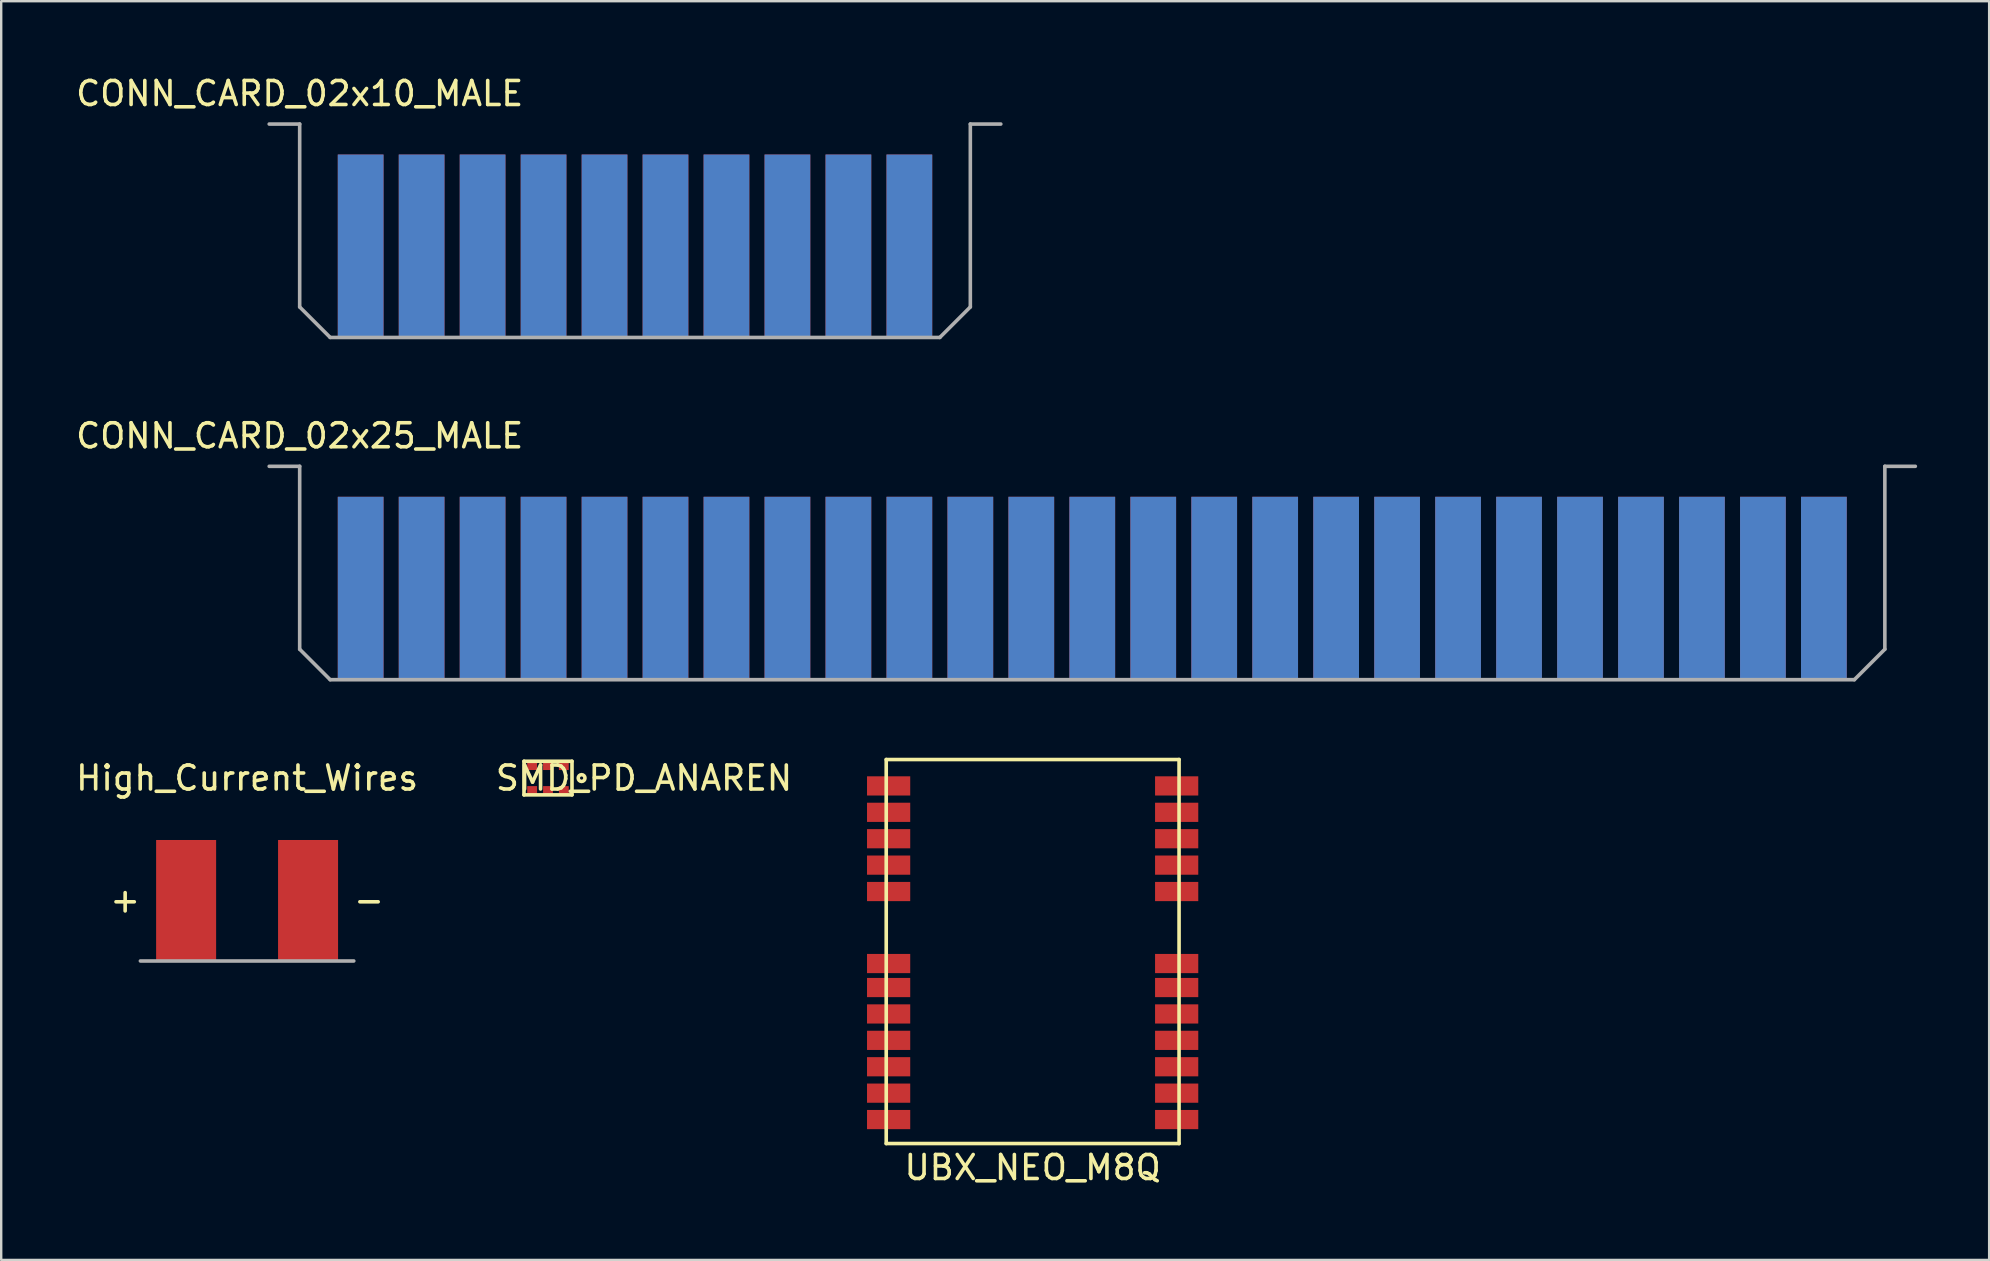
<source format=kicad_pcb>
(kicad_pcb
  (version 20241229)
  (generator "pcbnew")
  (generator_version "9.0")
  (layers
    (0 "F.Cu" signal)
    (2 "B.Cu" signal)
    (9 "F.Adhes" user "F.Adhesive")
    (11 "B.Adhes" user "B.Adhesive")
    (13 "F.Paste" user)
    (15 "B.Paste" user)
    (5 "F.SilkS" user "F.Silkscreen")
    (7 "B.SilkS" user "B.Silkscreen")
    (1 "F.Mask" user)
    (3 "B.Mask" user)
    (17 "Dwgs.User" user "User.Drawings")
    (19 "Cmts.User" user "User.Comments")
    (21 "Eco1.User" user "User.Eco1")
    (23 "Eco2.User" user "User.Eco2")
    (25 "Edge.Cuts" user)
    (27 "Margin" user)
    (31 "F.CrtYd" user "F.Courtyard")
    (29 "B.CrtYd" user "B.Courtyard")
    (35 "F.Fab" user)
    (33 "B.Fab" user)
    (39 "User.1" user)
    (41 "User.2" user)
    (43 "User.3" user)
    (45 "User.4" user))
  (footprint "CONN_CARD_02x10_MALE"
    (layer "F.Cu")
    (at 23.405 11.008)
    (property "Reference" "CONN_CARD_02x10_MALE" (at -13.97 -10.16 0) (layer "F.SilkS") (effects (font (size 1 1) (thickness 0.15))))
    (attr through_hole)
    (fp_line (start -13.97 -8.89) (end -15.24 -8.89) (stroke (width 0.15) (type solid)) (layer "F.Fab"))
    (fp_line (start -13.97 -1.27) (end -13.97 -8.89) (stroke (width 0.15) (type solid)) (layer "F.Fab"))
    (fp_line (start -12.7 0) (end -13.97 -1.27) (stroke (width 0.15) (type solid)) (layer "F.Fab"))
    (fp_line (start -12.7 0) (end 12.7 0) (stroke (width 0.15) (type solid)) (layer "F.Fab"))
    (fp_line (start 12.7 0) (end 13.97 -1.27) (stroke (width 0.15) (type solid)) (layer "F.Fab"))
    (fp_line (start 13.97 -8.89) (end 15.24 -8.89) (stroke (width 0.15) (type solid)) (layer "F.Fab"))
    (fp_line (start 13.97 -1.27) (end 13.97 -8.89) (stroke (width 0.15) (type solid)) (layer "F.Fab"))
    (pad "1" connect rect (at -11.43 -3.81) (size 1.905 7.62) (layers "F.Cu" "F.Mask"))
    (pad "2" connect rect (at -8.89 -3.81) (size 1.905 7.62) (layers "F.Cu" "F.Mask"))
    (pad "3" connect rect (at -6.35 -3.81) (size 1.905 7.62) (layers "F.Cu" "F.Mask"))
    (pad "4" connect rect (at -3.81 -3.81) (size 1.905 7.62) (layers "F.Cu" "F.Mask"))
    (pad "5" connect rect (at -1.27 -3.81) (size 1.905 7.62) (layers "F.Cu" "F.Mask"))
    (pad "6" connect rect (at 1.27 -3.81) (size 1.905 7.62) (layers "F.Cu" "F.Mask"))
    (pad "7" connect rect (at 3.81 -3.81) (size 1.905 7.62) (layers "F.Cu" "F.Mask"))
    (pad "8" connect rect (at 6.35 -3.81) (size 1.905 7.62) (layers "F.Cu" "F.Mask"))
    (pad "9" connect rect (at 8.89 -3.81) (size 1.905 7.62) (layers "F.Cu" "F.Mask"))
    (pad "10" connect rect (at 11.43 -3.81) (size 1.905 7.62) (layers "F.Cu" "F.Mask"))
    (pad "11" connect rect (at 11.43 -3.81) (size 1.905 7.62) (layers "B.Cu" "B.Mask"))
    (pad "12" connect rect (at 8.89 -3.81) (size 1.905 7.62) (layers "B.Cu" "B.Mask"))
    (pad "13" connect rect (at 6.35 -3.81) (size 1.905 7.62) (layers "B.Cu" "B.Mask"))
    (pad "14" connect rect (at 3.81 -3.81) (size 1.905 7.62) (layers "B.Cu" "B.Mask"))
    (pad "15" connect rect (at 1.27 -3.81) (size 1.905 7.62) (layers "B.Cu" "B.Mask"))
    (pad "16" connect rect (at -1.27 -3.81) (size 1.905 7.62) (layers "B.Cu" "B.Mask"))
    (pad "17" connect rect (at -3.81 -3.81) (size 1.905 7.62) (layers "B.Cu" "B.Mask"))
    (pad "18" connect rect (at -6.35 -3.81) (size 1.905 7.62) (layers "B.Cu" "B.Mask"))
    (pad "19" connect rect (at -8.89 -3.81) (size 1.905 7.62) (layers "B.Cu" "B.Mask"))
    (pad "20" connect rect (at -11.43 -3.81) (size 1.905 7.62) (layers "B.Cu" "B.Mask")))
  (footprint "SMD_PD_ANAREN"
    (layer "F.Cu")
    (at 19.78 29.365)
    (property "Reference" "SMD_PD_ANAREN" (at 4 0 0) (layer "F.SilkS") (effects (font (size 1 1) (thickness 0.15))))
    (attr through_hole)
    (fp_line (start -1 -0.7) (end 1 -0.7) (stroke (width 0.15) (type solid)) (layer "F.SilkS"))
    (fp_line (start -1 0.7) (end -1 -0.7) (stroke (width 0.15) (type solid)) (layer "F.SilkS"))
    (fp_line (start 1 -0.7) (end 1 0.7) (stroke (width 0.15) (type solid)) (layer "F.SilkS"))
    (fp_line (start 1 0.7) (end -1 0.7) (stroke (width 0.15) (type solid)) (layer "F.SilkS"))
    (fp_circle (center 1.4 0) (end 1.3 -0.1) (stroke (width 0.15) (type solid)) (fill no) (layer "F.SilkS"))
    (pad "1" smd rect (at 0.66 -0.5) (size 0.41 0.33) (layers "F.Cu" "F.Mask" "F.Paste"))
    (pad "2" smd rect (at 0 -0.5) (size 0.41 0.33) (layers "F.Cu" "F.Mask" "F.Paste"))
    (pad "3" smd rect (at -0.66 -0.5) (size 0.41 0.33) (layers "F.Cu" "F.Mask" "F.Paste"))
    (pad "4" smd rect (at -0.66 0.5) (size 0.41 0.33) (layers "F.Cu" "F.Mask" "F.Paste"))
    (pad "5" smd rect (at 0 0.5) (size 0.41 0.33) (layers "F.Cu" "F.Mask" "F.Paste"))
    (pad "6" smd rect (at 0.66 0.5) (size 0.41 0.33) (layers "F.Cu" "F.Mask" "F.Paste")))
  (footprint "UBX_NEO_M8Q"
    (layer "F.Cu")
    (at 39.971 36.592)
    (property "Reference" "UBX_NEO_M8Q" (at 0 9 0) (layer "F.SilkS") (effects (font (size 1 1) (thickness 0.15))))
    (attr through_hole)
    (fp_line (start -6.1 -8) (end -6.1 8) (stroke (width 0.15) (type solid)) (layer "F.SilkS"))
    (fp_line (start -6.1 8) (end 6.1 8) (stroke (width 0.15) (type solid)) (layer "F.SilkS"))
    (fp_line (start 6.1 -8) (end -6.1 -8) (stroke (width 0.15) (type solid)) (layer "F.SilkS"))
    (fp_line (start 6.1 8) (end 6.1 -8) (stroke (width 0.15) (type solid)) (layer "F.SilkS"))
    (pad "1" smd rect (at 6 7) (size 1.8 0.8) (layers "F.Cu" "F.Mask" "F.Paste"))
    (pad "2" smd rect (at 6 5.9) (size 1.8 0.8) (layers "F.Cu" "F.Mask" "F.Paste"))
    (pad "3" smd rect (at 6 4.8) (size 1.8 0.8) (layers "F.Cu" "F.Mask" "F.Paste"))
    (pad "4" smd rect (at 6 3.7) (size 1.8 0.8) (layers "F.Cu" "F.Mask" "F.Paste"))
    (pad "5" smd rect (at 6 2.6) (size 1.8 0.8) (layers "F.Cu" "F.Mask" "F.Paste"))
    (pad "6" smd rect (at 6 1.5) (size 1.8 0.8) (layers "F.Cu" "F.Mask" "F.Paste"))
    (pad "7" smd rect (at 6 0.5) (size 1.8 0.8) (layers "F.Cu" "F.Mask" "F.Paste"))
    (pad "8" smd rect (at 6 -2.5) (size 1.8 0.8) (layers "F.Cu" "F.Mask" "F.Paste"))
    (pad "9" smd rect (at 6 -3.6) (size 1.8 0.8) (layers "F.Cu" "F.Mask" "F.Paste"))
    (pad "10" smd rect (at 6 -4.7) (size 1.8 0.8) (layers "F.Cu" "F.Mask" "F.Paste"))
    (pad "11" smd rect (at 6 -5.8) (size 1.8 0.8) (layers "F.Cu" "F.Mask" "F.Paste"))
    (pad "12" smd rect (at 6 -6.9) (size 1.8 0.8) (layers "F.Cu" "F.Mask" "F.Paste"))
    (pad "13" smd rect (at -6 -6.9) (size 1.8 0.8) (layers "F.Cu" "F.Mask" "F.Paste"))
    (pad "14" smd rect (at -6 -5.8) (size 1.8 0.8) (layers "F.Cu" "F.Mask" "F.Paste"))
    (pad "15" smd rect (at -6 -4.7) (size 1.8 0.8) (layers "F.Cu" "F.Mask" "F.Paste"))
    (pad "16" smd rect (at -6 -3.6) (size 1.8 0.8) (layers "F.Cu" "F.Mask" "F.Paste"))
    (pad "17" smd rect (at -6 -2.5) (size 1.8 0.8) (layers "F.Cu" "F.Mask" "F.Paste"))
    (pad "18" smd rect (at -6 0.5) (size 1.8 0.8) (layers "F.Cu" "F.Mask" "F.Paste"))
    (pad "19" smd rect (at -6 1.5) (size 1.8 0.8) (layers "F.Cu" "F.Mask" "F.Paste"))
    (pad "20" smd rect (at -6 2.6) (size 1.8 0.8) (layers "F.Cu" "F.Mask" "F.Paste"))
    (pad "21" smd rect (at -6 3.7) (size 1.8 0.8) (layers "F.Cu" "F.Mask" "F.Paste"))
    (pad "22" smd rect (at -6 4.8) (size 1.8 0.8) (layers "F.Cu" "F.Mask" "F.Paste"))
    (pad "23" smd rect (at -6 5.9) (size 1.8 0.8) (layers "F.Cu" "F.Mask" "F.Paste"))
    (pad "24" smd rect (at -6 7) (size 1.8 0.8) (layers "F.Cu" "F.Mask" "F.Paste")))
  (footprint "CONN_CARD_02x25_MALE"
    (layer "F.Cu")
    (at 23.405 25.267)
    (property "Reference" "CONN_CARD_02x25_MALE" (at -13.97 -10.16 0) (layer "F.SilkS") (effects (font (size 1 1) (thickness 0.15))))
    (attr through_hole)
    (fp_line (start -13.97 -8.89) (end -15.24 -8.89) (stroke (width 0.15) (type solid)) (layer "F.Fab"))
    (fp_line (start -13.97 -1.27) (end -13.97 -8.89) (stroke (width 0.15) (type solid)) (layer "F.Fab"))
    (fp_line (start -13.97 -1.27) (end -12.7 0) (stroke (width 0.15) (type solid)) (layer "F.Fab"))
    (fp_line (start -12.7 0) (end 50.8 0) (stroke (width 0.15) (type solid)) (layer "F.Fab"))
    (fp_line (start 52.07 -8.89) (end 53.34 -8.89) (stroke (width 0.15) (type solid)) (layer "F.Fab"))
    (fp_line (start 52.07 -1.27) (end 50.8 0) (stroke (width 0.15) (type solid)) (layer "F.Fab"))
    (fp_line (start 52.07 -1.27) (end 52.07 -8.89) (stroke (width 0.15) (type solid)) (layer "F.Fab"))
    (pad "1" connect rect (at -11.43 -3.81) (size 1.905 7.62) (layers "F.Cu" "F.Mask"))
    (pad "2" connect rect (at -8.89 -3.81) (size 1.905 7.62) (layers "F.Cu" "F.Mask"))
    (pad "3" connect rect (at -6.35 -3.81) (size 1.905 7.62) (layers "F.Cu" "F.Mask"))
    (pad "4" connect rect (at -3.81 -3.81) (size 1.905 7.62) (layers "F.Cu" "F.Mask"))
    (pad "5" connect rect (at -1.27 -3.81) (size 1.905 7.62) (layers "F.Cu" "F.Mask"))
    (pad "6" connect rect (at 1.27 -3.81) (size 1.905 7.62) (layers "F.Cu" "F.Mask"))
    (pad "7" connect rect (at 3.81 -3.81) (size 1.905 7.62) (layers "F.Cu" "F.Mask"))
    (pad "8" connect rect (at 6.35 -3.81) (size 1.905 7.62) (layers "F.Cu" "F.Mask"))
    (pad "9" connect rect (at 8.89 -3.81) (size 1.905 7.62) (layers "F.Cu" "F.Mask"))
    (pad "10" connect rect (at 11.43 -3.81) (size 1.905 7.62) (layers "F.Cu" "F.Mask"))
    (pad "11" connect rect (at 13.97 -3.81) (size 1.905 7.62) (layers "F.Cu" "F.Mask"))
    (pad "12" connect rect (at 16.51 -3.81) (size 1.905 7.62) (layers "F.Cu" "F.Mask"))
    (pad "13" connect rect (at 19.05 -3.81) (size 1.905 7.62) (layers "F.Cu" "F.Mask"))
    (pad "14" connect rect (at 21.59 -3.81) (size 1.905 7.62) (layers "F.Cu" "F.Mask"))
    (pad "15" connect rect (at 24.13 -3.81) (size 1.905 7.62) (layers "F.Cu" "F.Mask"))
    (pad "16" connect rect (at 26.67 -3.81) (size 1.905 7.62) (layers "F.Cu" "F.Mask"))
    (pad "17" connect rect (at 29.21 -3.81) (size 1.905 7.62) (layers "F.Cu" "F.Mask"))
    (pad "18" connect rect (at 31.75 -3.81) (size 1.905 7.62) (layers "F.Cu" "F.Mask"))
    (pad "19" connect rect (at 34.29 -3.81) (size 1.905 7.62) (layers "F.Cu" "F.Mask"))
    (pad "20" connect rect (at 36.83 -3.81) (size 1.905 7.62) (layers "F.Cu" "F.Mask"))
    (pad "21" connect rect (at 39.37 -3.81) (size 1.905 7.62) (layers "F.Cu" "F.Mask"))
    (pad "22" connect rect (at 41.91 -3.81) (size 1.905 7.62) (layers "F.Cu" "F.Mask"))
    (pad "23" connect rect (at 44.45 -3.81) (size 1.905 7.62) (layers "F.Cu" "F.Mask"))
    (pad "24" connect rect (at 46.99 -3.81) (size 1.905 7.62) (layers "F.Cu" "F.Mask"))
    (pad "25" connect rect (at 49.53 -3.81) (size 1.905 7.62) (layers "F.Cu" "F.Mask"))
    (pad "26" connect rect (at 49.53 -3.81) (size 1.905 7.62) (layers "B.Cu" "B.Mask"))
    (pad "27" connect rect (at 46.99 -3.81) (size 1.905 7.62) (layers "B.Cu" "B.Mask"))
    (pad "28" connect rect (at 44.45 -3.81) (size 1.905 7.62) (layers "B.Cu" "B.Mask"))
    (pad "29" connect rect (at 41.91 -3.81) (size 1.905 7.62) (layers "B.Cu" "B.Mask"))
    (pad "30" connect rect (at 39.37 -3.81) (size 1.905 7.62) (layers "B.Cu" "B.Mask"))
    (pad "31" connect rect (at 36.83 -3.81) (size 1.905 7.62) (layers "B.Cu" "B.Mask"))
    (pad "32" connect rect (at 34.29 -3.81) (size 1.905 7.62) (layers "B.Cu" "B.Mask"))
    (pad "33" connect rect (at 31.75 -3.81) (size 1.905 7.62) (layers "B.Cu" "B.Mask"))
    (pad "34" connect rect (at 29.21 -3.81) (size 1.905 7.62) (layers "B.Cu" "B.Mask"))
    (pad "35" connect rect (at 26.67 -3.81) (size 1.905 7.62) (layers "B.Cu" "B.Mask"))
    (pad "36" connect rect (at 24.13 -3.81) (size 1.905 7.62) (layers "B.Cu" "B.Mask"))
    (pad "37" connect rect (at 21.59 -3.81) (size 1.905 7.62) (layers "B.Cu" "B.Mask"))
    (pad "38" connect rect (at 19.05 -3.81) (size 1.905 7.62) (layers "B.Cu" "B.Mask"))
    (pad "39" connect rect (at 16.51 -3.81) (size 1.905 7.62) (layers "B.Cu" "B.Mask"))
    (pad "40" connect rect (at 13.97 -3.81) (size 1.905 7.62) (layers "B.Cu" "B.Mask"))
    (pad "41" connect rect (at 11.43 -3.81) (size 1.905 7.62) (layers "B.Cu" "B.Mask"))
    (pad "42" connect rect (at 8.89 -3.81) (size 1.905 7.62) (layers "B.Cu" "B.Mask"))
    (pad "43" connect rect (at 6.35 -3.81) (size 1.905 7.62) (layers "B.Cu" "B.Mask"))
    (pad "44" connect rect (at 3.81 -3.81) (size 1.905 7.62) (layers "B.Cu" "B.Mask"))
    (pad "45" connect rect (at 1.27 -3.81) (size 1.905 7.62) (layers "B.Cu" "B.Mask"))
    (pad "46" connect rect (at -1.27 -3.81) (size 1.905 7.62) (layers "B.Cu" "B.Mask"))
    (pad "47" connect rect (at -3.81 -3.81) (size 1.905 7.62) (layers "B.Cu" "B.Mask"))
    (pad "48" connect rect (at -6.35 -3.81) (size 1.905 7.62) (layers "B.Cu" "B.Mask"))
    (pad "49" connect rect (at -8.89 -3.81) (size 1.905 7.62) (layers "B.Cu" "B.Mask"))
    (pad "50" connect rect (at -11.43 -3.81) (size 1.905 7.62) (layers "B.Cu" "B.Mask")))
  (footprint "High_Current_Wires"
    (layer "F.Cu")
    (at 7.244 36.985)
    (property "Reference" "High_Current_Wires" (at 0 -7.62 0) (layer "F.SilkS") (effects (font (size 1 1) (thickness 0.15))))
    (attr through_hole)
    (fp_line (start -4.445 0) (end 4.445 0) (stroke (width 0.15) (type solid)) (layer "F.Fab"))
    (fp_text user "+" (at -5.08 -2.54 0) (layer "F.SilkS") (effects (font (size 1 1) (thickness 0.15))))
    (fp_text user "-" (at 5.08 -2.54 0) (layer "F.SilkS") (effects (font (size 1 1) (thickness 0.15))))
    (pad "1" connect rect (at -2.54 -2.54) (size 2.5 5) (layers "F.Cu" "F.Mask"))
    (pad "2" connect rect (at 2.54 -2.54) (size 2.5 5) (layers "F.Cu" "F.Mask")))
  (gr_rect
    (start -3 -3)
    (end 79.82 49.44)
    (stroke (width 0.1) (type default))
    (fill no)
    (layer "Edge.Cuts")))
</source>
